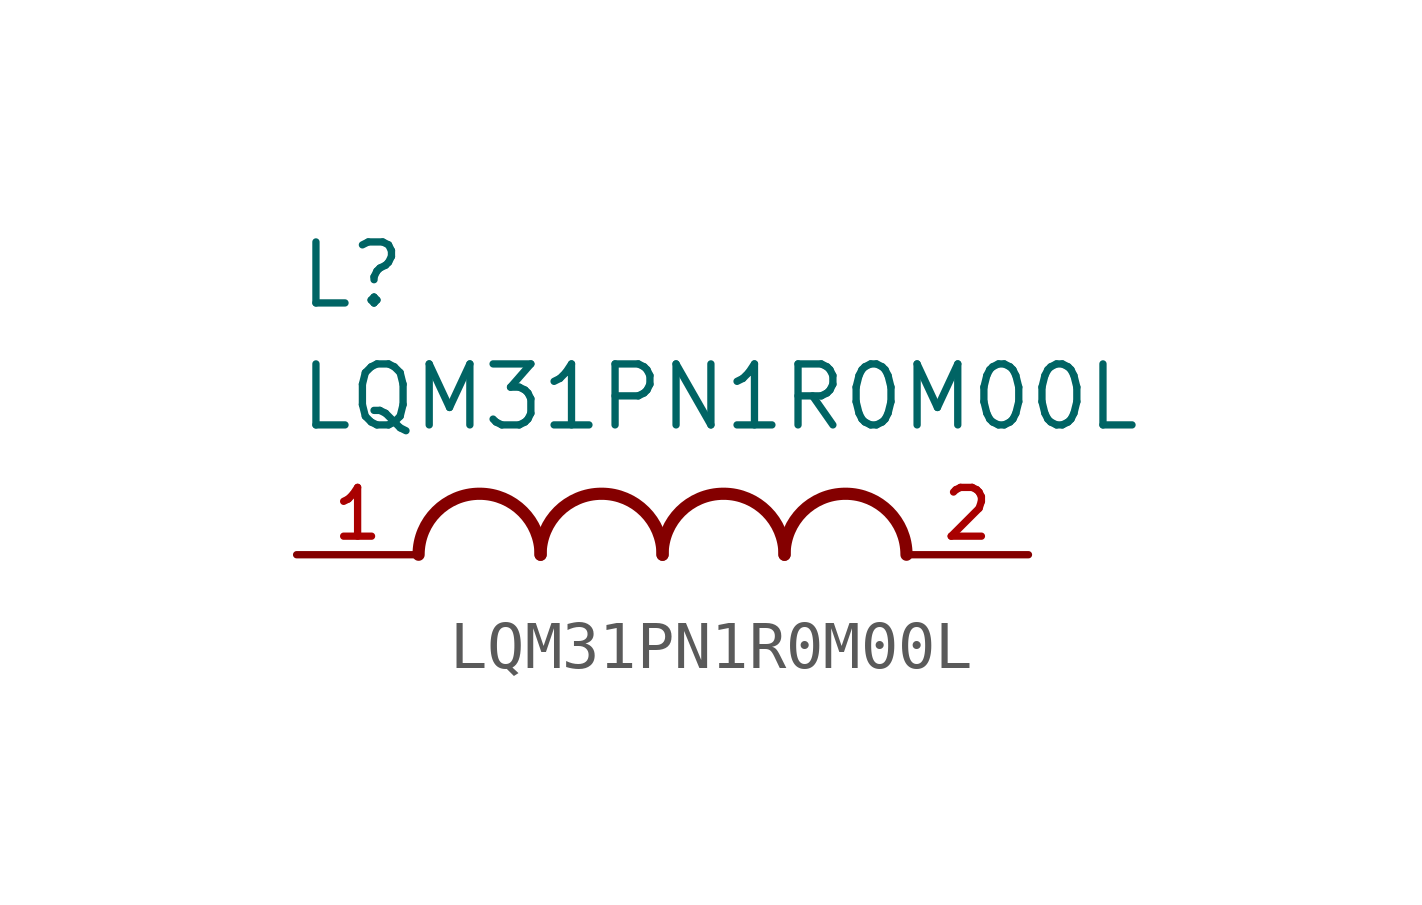
<source format=kicad_sym>
(kicad_symbol_lib
  (version 20211014)
  (generator kicad_symbol_editor)
  (symbol "LQM31PN1R0M00L"
    (pin_names
      (offset 1.016))
    (property "Reference" "L"
      (at -7.62 5.08 0)
      (effects (font (size 1.27 1.27)) (justify bottom left)))
    (property "Value" "LQM31PN1R0M00L"
      (at -7.62 2.54 0)
      (effects (font (size 1.27 1.27)) (justify bottom left)))
    (symbol "LQM31PN1R0M00L_0_0"
      (arc (start -2.54 0.0) (mid -3.81 1.27) (end -5.08 0.0) (stroke (width 0.254) (type default) (color 0 0 0 0)) (fill (type none)))
      (arc (start 0.0 0.0) (mid -1.27 1.27) (end -2.54 0.0) (stroke (width 0.254) (type default) (color 0 0 0 0)) (fill (type none)))
      (arc (start 2.54 0.0) (mid 1.27 1.27) (end 0.0 0.0) (stroke (width 0.254) (type default) (color 0 0 0 0)) (fill (type none)))
      (arc (start 5.08 0.0) (mid 3.81 1.27) (end 2.54 0.0) (stroke (width 0.254) (type default) (color 0 0 0 0)) (fill (type none)))
      (pin passive line (at -7.62 0.0 0) (length 2.54) (name "~" (effects (font (size 1.016 1.016)))) (number "1" (effects (font (size 1.016 1.016)))))
      (pin passive line (at 7.62 0.0 180.0) (length 2.54) (name "~" (effects (font (size 1.016 1.016)))) (number "2" (effects (font (size 1.016 1.016))))))))
</source>
